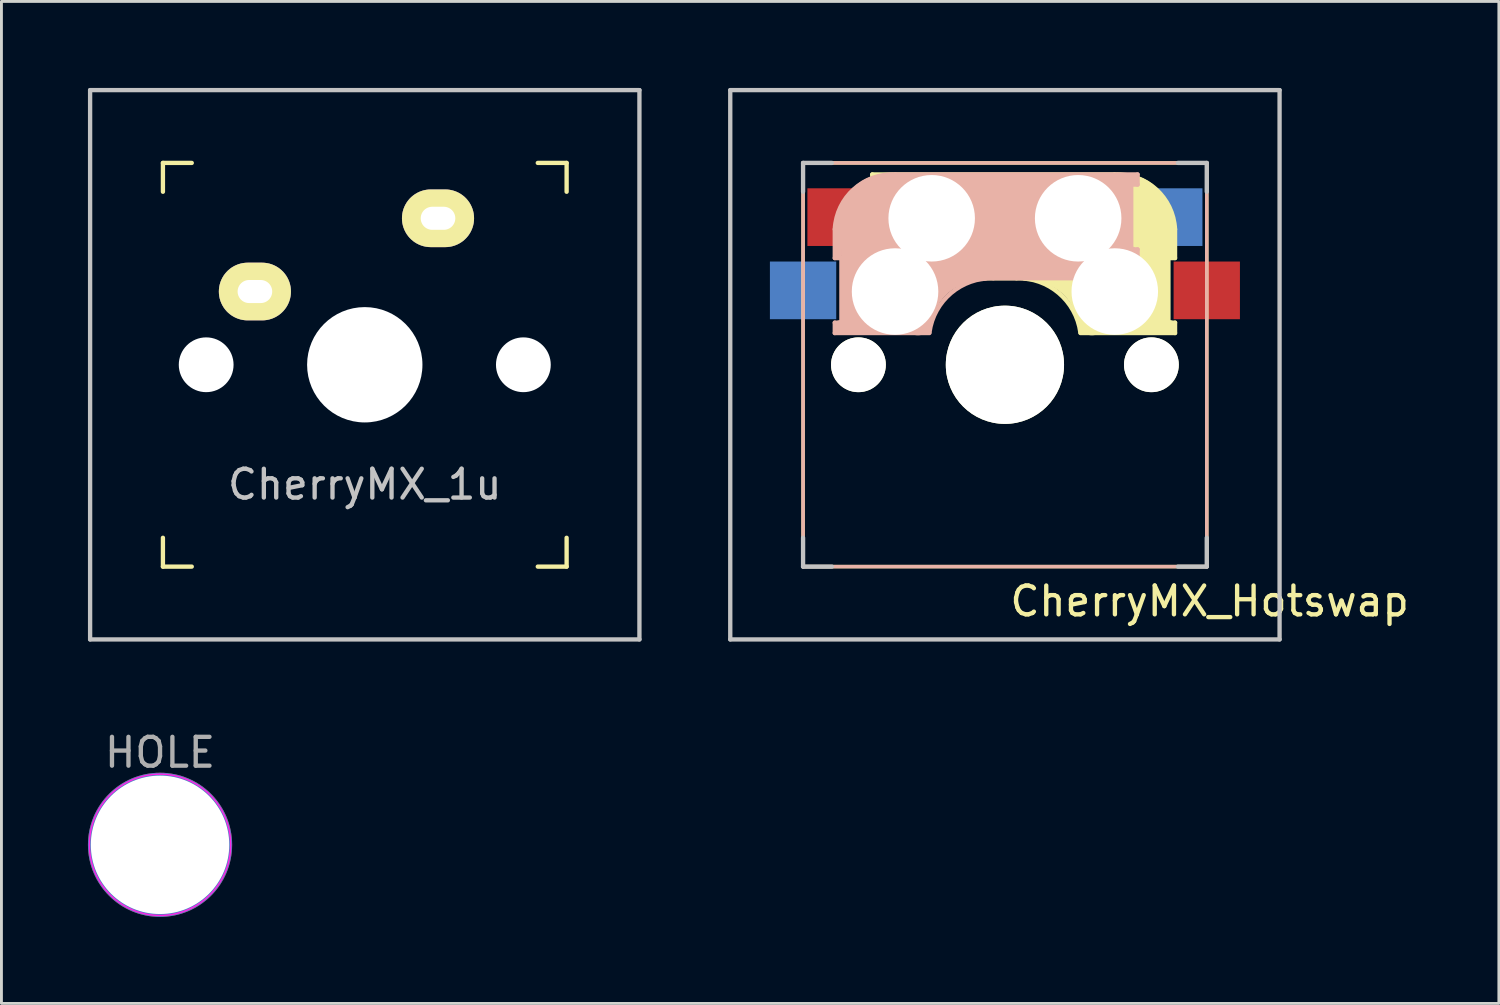
<source format=kicad_pcb>
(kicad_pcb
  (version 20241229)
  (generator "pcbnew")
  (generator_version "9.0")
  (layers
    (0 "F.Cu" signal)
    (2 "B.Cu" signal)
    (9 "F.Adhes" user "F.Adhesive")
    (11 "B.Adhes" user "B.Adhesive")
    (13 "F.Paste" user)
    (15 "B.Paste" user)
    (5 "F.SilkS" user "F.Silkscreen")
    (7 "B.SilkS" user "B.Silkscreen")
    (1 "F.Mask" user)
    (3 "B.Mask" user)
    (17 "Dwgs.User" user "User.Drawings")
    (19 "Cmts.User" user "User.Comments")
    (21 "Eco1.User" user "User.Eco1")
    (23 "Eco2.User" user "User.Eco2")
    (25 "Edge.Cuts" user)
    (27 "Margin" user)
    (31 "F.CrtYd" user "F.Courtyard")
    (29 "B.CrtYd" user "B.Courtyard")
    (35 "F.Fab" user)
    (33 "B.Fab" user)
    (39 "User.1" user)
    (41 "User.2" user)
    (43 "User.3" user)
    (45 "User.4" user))
  (footprint "HOLE"
    (layer "F.Cu")
    (at 2.5 26.248)
    (property "Reference" "HOLE" (at 0 -3.2 0) (layer "F.Fab") (effects (font (size 1 1) (thickness 0.15))))
    (attr exclude_from_pos_files exclude_from_bom)
    (fp_circle (center 0 0) (end 2.2 0) (stroke (width 0.15) (type solid)) (fill no) (layer "Cmts.User"))
    (fp_circle (center 0 0) (end 1.1 0) (stroke (width 0.001) (type solid)) (fill no) (layer "Eco1.User"))
    (fp_circle (center 0 0) (end 1.1 0) (stroke (width 0.001) (type solid)) (fill no) (layer "Eco2.User"))
    (fp_circle (center 0 0) (end 2.45 0) (stroke (width 0.05) (type solid)) (fill no) (layer "F.CrtYd"))
    (fp_text user "${REFERENCE}" (at 0.3 0 0) (layer "F.Fab") (effects (font (size 1 1) (thickness 0.15))))
    (pad "" np_thru_hole circle (at 0 0) (size 5 5) (drill 4.8) (layers "*.Cu" "*.Mask")))
  (footprint "CherryMX_Hotswap"
    (layer "F.Cu")
    (at 31.8 9.6)
    (property "Reference" "CherryMX_Hotswap" (at 7.1 8.2 0) (layer "F.SilkS") (effects (font (size 1 1) (thickness 0.15))))
    (attr through_hole)
    (fp_line (start -7 -7) (end -7 7) (stroke (width 0.12) (type solid)) (layer "F.SilkS"))
    (fp_line (start -7 7) (end 7 7) (stroke (width 0.12) (type solid)) (layer "F.SilkS"))
    (fp_line (start -4.6 -6.6) (end 3.8 -6.6) (stroke (width 0.15) (type solid)) (layer "F.SilkS"))
    (fp_line (start -4.6 -6.25) (end -4.6 -6.6) (stroke (width 0.15) (type solid)) (layer "F.SilkS"))
    (fp_line (start -4.6 -4) (end -4.4 -4) (stroke (width 0.15) (type solid)) (layer "F.SilkS"))
    (fp_line (start -4.6 -3) (end -4.6 -4) (stroke (width 0.15) (type solid)) (layer "F.SilkS"))
    (fp_line (start -4.4 -6.4) (end -3 -6.4) (stroke (width 0.4) (type solid)) (layer "F.SilkS"))
    (fp_line (start -4.4 -6.25) (end -4.6 -6.25) (stroke (width 0.15) (type solid)) (layer "F.SilkS"))
    (fp_line (start -4.4 -3.9) (end -4.4 -3.2) (stroke (width 0.4) (type solid)) (layer "F.SilkS"))
    (fp_line (start -4.38 -4) (end -4.38 -6.25) (stroke (width 0.15) (type solid)) (layer "F.SilkS"))
    (fp_line (start -4.3 -3.3) (end -2.9 -3.3) (stroke (width 0.5) (type solid)) (layer "F.SilkS"))
    (fp_line (start -3.9 -6) (end -3.9 -3.5) (stroke (width 1) (type solid)) (layer "F.SilkS"))
    (fp_line (start -2.6 -4.8) (end 4.1 -4.8) (stroke (width 3.5) (type solid)) (layer "F.SilkS"))
    (fp_line (start 0.4 -3) (end -4.6 -3) (stroke (width 0.15) (type solid)) (layer "F.SilkS"))
    (fp_line (start 4.17 -5.1) (end 4.17 -2.86) (stroke (width 3) (type solid)) (layer "F.SilkS"))
    (fp_line (start 5.3 -1.6) (end 5.3 -3.4) (stroke (width 0.8) (type solid)) (layer "F.SilkS"))
    (fp_line (start 5.67 -3.7) (end 5.67 -1.46) (stroke (width 0.15) (type solid)) (layer "F.SilkS"))
    (fp_line (start 5.7 -1.46) (end 5.9 -1.46) (stroke (width 0.15) (type solid)) (layer "F.SilkS"))
    (fp_line (start 5.7 -1.3) (end 3 -1.3) (stroke (width 0.5) (type solid)) (layer "F.SilkS"))
    (fp_line (start 5.8 -3.8) (end 5.8 -4.7) (stroke (width 0.3) (type solid)) (layer "F.SilkS"))
    (fp_line (start 5.9 -4.7) (end 5.9 -3.7) (stroke (width 0.15) (type solid)) (layer "F.SilkS"))
    (fp_line (start 5.9 -3.7) (end 5.7 -3.7) (stroke (width 0.15) (type solid)) (layer "F.SilkS"))
    (fp_line (start 5.9 -1.1) (end 2.62 -1.1) (stroke (width 0.15) (type solid)) (layer "F.SilkS"))
    (fp_line (start 5.9 -1.1) (end 5.9 -1.46) (stroke (width 0.15) (type solid)) (layer "F.SilkS"))
    (fp_line (start 7 -7) (end -7 -7) (stroke (width 0.12) (type solid)) (layer "F.SilkS"))
    (fp_line (start 7 7) (end 7 -7) (stroke (width 0.12) (type solid)) (layer "F.SilkS"))
    (fp_arc (start 0.4 -3) (mid 1.868709 -2.486118) (end 2.616318 -1.121471) (stroke (width 0.15) (type solid)) (layer "F.SilkS"))
    (fp_arc (start 0.8 -3.4) (mid 2.268709 -2.886118) (end 3.016318 -1.521471) (stroke (width 1) (type solid)) (layer "F.SilkS"))
    (fp_arc (start 3.8 -6.600001) (mid 5.243504 -6.084925) (end 5.900001 -4.7) (stroke (width 0.15) (type solid)) (layer "F.SilkS"))
    (fp_line (start -7 -7) (end -7 7) (stroke (width 0.12) (type solid)) (layer "B.SilkS"))
    (fp_line (start -7 7) (end 7 7) (stroke (width 0.12) (type solid)) (layer "B.SilkS"))
    (fp_line (start -5.9 -4.7) (end -5.9 -3.7) (stroke (width 0.15) (type solid)) (layer "B.SilkS"))
    (fp_line (start -5.9 -3.7) (end -5.7 -3.7) (stroke (width 0.15) (type solid)) (layer "B.SilkS"))
    (fp_line (start -5.9 -1.1) (end -5.9 -1.46) (stroke (width 0.15) (type solid)) (layer "B.SilkS"))
    (fp_line (start -5.9 -1.1) (end -2.62 -1.1) (stroke (width 0.15) (type solid)) (layer "B.SilkS"))
    (fp_line (start -5.8 -3.8) (end -5.8 -4.7) (stroke (width 0.3) (type solid)) (layer "B.SilkS"))
    (fp_line (start -5.7 -1.46) (end -5.9 -1.46) (stroke (width 0.15) (type solid)) (layer "B.SilkS"))
    (fp_line (start -5.7 -1.3) (end -3 -1.3) (stroke (width 0.5) (type solid)) (layer "B.SilkS"))
    (fp_line (start -5.67 -3.7) (end -5.67 -1.46) (stroke (width 0.15) (type solid)) (layer "B.SilkS"))
    (fp_line (start -5.3 -1.6) (end -5.3 -3.4) (stroke (width 0.8) (type solid)) (layer "B.SilkS"))
    (fp_line (start -4.17 -5.1) (end -4.17 -2.86) (stroke (width 3) (type solid)) (layer "B.SilkS"))
    (fp_line (start -0.4 -3) (end 4.6 -3) (stroke (width 0.15) (type solid)) (layer "B.SilkS"))
    (fp_line (start 2.6 -4.8) (end -4.1 -4.8) (stroke (width 3.5) (type solid)) (layer "B.SilkS"))
    (fp_line (start 3.9 -6) (end 3.9 -3.5) (stroke (width 1) (type solid)) (layer "B.SilkS"))
    (fp_line (start 4.3 -3.3) (end 2.9 -3.3) (stroke (width 0.5) (type solid)) (layer "B.SilkS"))
    (fp_line (start 4.38 -4) (end 4.38 -6.25) (stroke (width 0.15) (type solid)) (layer "B.SilkS"))
    (fp_line (start 4.4 -6.4) (end 3 -6.4) (stroke (width 0.4) (type solid)) (layer "B.SilkS"))
    (fp_line (start 4.4 -6.25) (end 4.6 -6.25) (stroke (width 0.15) (type solid)) (layer "B.SilkS"))
    (fp_line (start 4.4 -3.9) (end 4.4 -3.2) (stroke (width 0.4) (type solid)) (layer "B.SilkS"))
    (fp_line (start 4.6 -6.6) (end -3.8 -6.6) (stroke (width 0.15) (type solid)) (layer "B.SilkS"))
    (fp_line (start 4.6 -6.25) (end 4.6 -6.6) (stroke (width 0.15) (type solid)) (layer "B.SilkS"))
    (fp_line (start 4.6 -4) (end 4.4 -4) (stroke (width 0.15) (type solid)) (layer "B.SilkS"))
    (fp_line (start 4.6 -3) (end 4.6 -4) (stroke (width 0.15) (type solid)) (layer "B.SilkS"))
    (fp_line (start 7 -7) (end -7 -7) (stroke (width 0.12) (type solid)) (layer "B.SilkS"))
    (fp_line (start 7 7) (end 7 -7) (stroke (width 0.12) (type solid)) (layer "B.SilkS"))
    (fp_arc (start -5.9 -4.699999) (mid -5.243504 -6.084924) (end -3.800001 -6.6) (stroke (width 0.15) (type solid)) (layer "B.SilkS"))
    (fp_arc (start -3.016318 -1.521471) (mid -2.268709 -2.886118) (end -0.8 -3.4) (stroke (width 1) (type solid)) (layer "B.SilkS"))
    (fp_arc (start -2.616318 -1.121471) (mid -1.868709 -2.486118) (end -0.4 -3) (stroke (width 0.15) (type solid)) (layer "B.SilkS"))
    (fp_line (start -9.525 -9.525) (end 9.525 -9.525) (stroke (width 0.15) (type solid)) (layer "Dwgs.User"))
    (fp_line (start -9.525 9.525) (end -9.525 -9.525) (stroke (width 0.15) (type solid)) (layer "Dwgs.User"))
    (fp_line (start -7 -7) (end -6 -7) (stroke (width 0.15) (type solid)) (layer "Dwgs.User"))
    (fp_line (start -7 -6) (end -7 -7) (stroke (width 0.15) (type solid)) (layer "Dwgs.User"))
    (fp_line (start -7 6) (end -7 7) (stroke (width 0.15) (type solid)) (layer "Dwgs.User"))
    (fp_line (start -7 7) (end -6 7) (stroke (width 0.15) (type solid)) (layer "Dwgs.User"))
    (fp_line (start 6 7) (end 7 7) (stroke (width 0.15) (type solid)) (layer "Dwgs.User"))
    (fp_line (start 7 -7) (end 6 -7) (stroke (width 0.15) (type solid)) (layer "Dwgs.User"))
    (fp_line (start 7 -7) (end 7 -6) (stroke (width 0.15) (type solid)) (layer "Dwgs.User"))
    (fp_line (start 7 7) (end 7 6) (stroke (width 0.15) (type solid)) (layer "Dwgs.User"))
    (fp_line (start 9.525 -9.525) (end 9.525 9.525) (stroke (width 0.15) (type solid)) (layer "Dwgs.User"))
    (fp_line (start 9.525 9.525) (end -9.525 9.525) (stroke (width 0.15) (type solid)) (layer "Dwgs.User"))
    (pad "" np_thru_hole circle (at -5.08 0) (size 1.9 1.9) (drill 1.9) (layers "*.Cu" "*.Mask" "F.SilkS"))
    (pad "" np_thru_hole circle (at -3.81 -2.54 180) (size 3 3) (drill 3) (layers "*.Cu" "*.Mask"))
    (pad "" np_thru_hole circle (at -2.54 -5.08 180) (size 3 3) (drill 3) (layers "*.Cu" "*.Mask"))
    (pad "" np_thru_hole circle (at 0 0 90) (size 4.1 4.1) (drill 4.1) (layers "*.Cu" "*.Mask" "F.SilkS"))
    (pad "" np_thru_hole circle (at 2.54 -5.08 180) (size 3 3) (drill 3) (layers "*.Cu" "*.Mask"))
    (pad "" np_thru_hole circle (at 3.81 -2.54 180) (size 3 3) (drill 3) (layers "*.Cu" "*.Mask"))
    (pad "" np_thru_hole circle (at 5.08 0) (size 1.9 1.9) (drill 1.9) (layers "*.Cu" "*.Mask" "F.SilkS"))
    (pad "1" smd rect (at -7 -2.58 180) (size 2.3 2) (layers "B.Cu" "B.Mask" "B.Paste"))
    (pad "1" smd rect (at 7 -2.58 180) (size 2.3 2) (layers "F.Cu" "F.Mask" "F.Paste"))
    (pad "2" smd rect (at -5.7 -5.12 180) (size 2.3 2) (layers "F.Cu" "F.Mask" "F.Paste"))
    (pad "2" smd rect (at 5.7 -5.12 180) (size 2.3 2) (layers "B.Cu" "B.Mask" "B.Paste")))
  (footprint "CherryMX_1u"
    (layer "F.Cu")
    (at 9.6 9.6)
    (property "Reference" "CherryMX_1u" (at 0 4.15 0) (layer "Dwgs.User") (effects (font (size 1 1) (thickness 0.15))))
    (attr through_hole)
    (fp_line (start -7 -7) (end -6 -7) (stroke (width 0.15) (type solid)) (layer "F.SilkS"))
    (fp_line (start -7 -6) (end -7 -7) (stroke (width 0.15) (type solid)) (layer "F.SilkS"))
    (fp_line (start -7 6) (end -7 7) (stroke (width 0.15) (type solid)) (layer "F.SilkS"))
    (fp_line (start -6 7) (end -7 7) (stroke (width 0.15) (type solid)) (layer "F.SilkS"))
    (fp_line (start 6 7) (end 7 7) (stroke (width 0.15) (type solid)) (layer "F.SilkS"))
    (fp_line (start 7 -7) (end 6 -7) (stroke (width 0.15) (type solid)) (layer "F.SilkS"))
    (fp_line (start 7 -6) (end 7 -7) (stroke (width 0.15) (type solid)) (layer "F.SilkS"))
    (fp_line (start 7 7) (end 7 6) (stroke (width 0.15) (type solid)) (layer "F.SilkS"))
    (fp_line (start -9.525 -9.525) (end 9.525 -9.525) (stroke (width 0.15) (type solid)) (layer "Dwgs.User"))
    (fp_line (start -9.525 9.525) (end -9.525 -9.525) (stroke (width 0.15) (type solid)) (layer "Dwgs.User"))
    (fp_line (start 9.525 -9.525) (end 9.525 9.525) (stroke (width 0.15) (type solid)) (layer "Dwgs.User"))
    (fp_line (start 9.525 9.525) (end -9.525 9.525) (stroke (width 0.15) (type solid)) (layer "Dwgs.User"))
    (fp_line (start -7 -7) (end -7 7) (stroke (width 0.12) (type solid)) (layer "Eco1.User"))
    (fp_line (start -7 7) (end 7 7) (stroke (width 0.12) (type solid)) (layer "Eco1.User"))
    (fp_line (start 7 -7) (end -7 -7) (stroke (width 0.12) (type solid)) (layer "Eco1.User"))
    (fp_line (start 7 7) (end 7 -7) (stroke (width 0.12) (type solid)) (layer "Eco1.User"))
    (pad "" np_thru_hole circle (at -5.5 0 90) (size 1.9 1.9) (drill 1.9) (layers "*.Cu" "*.Mask"))
    (pad "" np_thru_hole circle (at 0 0 90) (size 4 4) (drill 4) (layers "*.Cu" "*.Mask"))
    (pad "" np_thru_hole circle (at 5.5 0 90) (size 1.9 1.9) (drill 1.9) (layers "*.Cu" "*.Mask"))
    (pad "1" thru_hole oval (at -3.81 -2.54) (size 2.5 2) (drill oval 1.2 0.8) (layers "*.Cu" "B.Mask" "F.SilkS"))
    (pad "2" thru_hole oval (at 2.54 -5.08) (size 2.5 2) (drill oval 1.2 0.8) (layers "*.Cu" "B.Mask" "F.SilkS")))
  (gr_rect
    (start -3 -3)
    (end 48.93 31.748)
    (stroke (width 0.1) (type default))
    (fill no)
    (layer "Edge.Cuts")))
</source>
